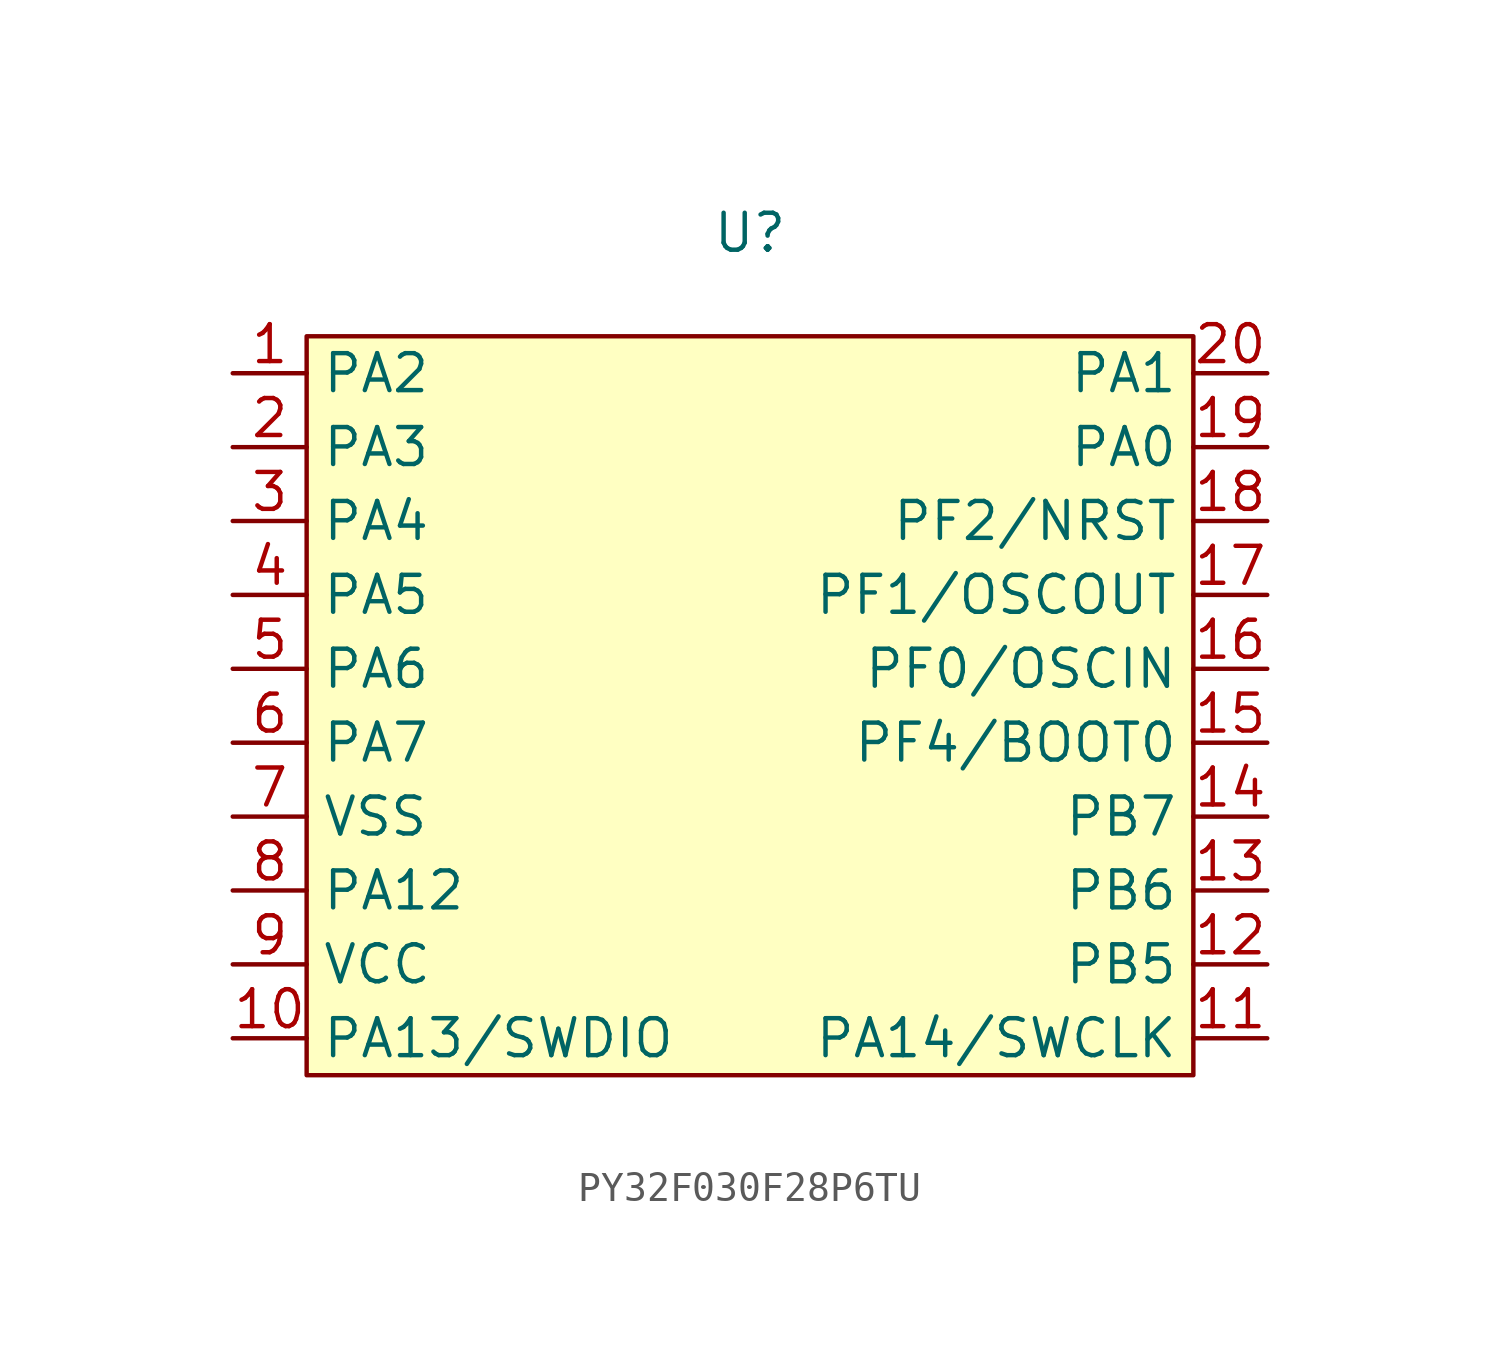
<source format=kicad_sym>
(kicad_symbol_lib
  (version 20231120)
  (generator "kicad_symbol_editor")
  (generator_version "8.0")
  (symbol "PY32F030F28P6TU"
    (property "Reference" "U"
      (at 0 16.256 0)
      (effects (font (size 1.27 1.27))))
    (property "Value" ""
      (at -3.81 -1.27 0)
      (effects (font (size 1.27 1.27))))
    (symbol "PY32F030F28P6TU_1_1"
      (rectangle (start -15.24 12.7) (end 15.24 -12.7) (stroke (width 0) (type default)) (fill (type background)))
      (pin bidirectional line (at -17.78 11.43 0) (length 2.54) (name "PA2" (effects (font (size 1.27 1.27)))) (number "1" (effects (font (size 1.27 1.27)))))
      (pin bidirectional line (at -17.78 -11.43 0) (length 2.54) (name "PA13/SWDIO" (effects (font (size 1.27 1.27)))) (number "10" (effects (font (size 1.27 1.27)))))
      (pin bidirectional line (at 17.78 -11.43 180) (length 2.54) (name "PA14/SWCLK" (effects (font (size 1.27 1.27)))) (number "11" (effects (font (size 1.27 1.27)))))
      (pin bidirectional line (at 17.78 -8.89 180) (length 2.54) (name "PB5" (effects (font (size 1.27 1.27)))) (number "12" (effects (font (size 1.27 1.27)))))
      (pin bidirectional line (at 17.78 -6.35 180) (length 2.54) (name "PB6" (effects (font (size 1.27 1.27)))) (number "13" (effects (font (size 1.27 1.27)))))
      (pin bidirectional line (at 17.78 -3.81 180) (length 2.54) (name "PB7" (effects (font (size 1.27 1.27)))) (number "14" (effects (font (size 1.27 1.27)))))
      (pin bidirectional line (at 17.78 -1.27 180) (length 2.54) (name "PF4/BOOT0" (effects (font (size 1.27 1.27)))) (number "15" (effects (font (size 1.27 1.27)))))
      (pin bidirectional line (at 17.78 1.27 180) (length 2.54) (name "PF0/OSCIN" (effects (font (size 1.27 1.27)))) (number "16" (effects (font (size 1.27 1.27)))))
      (pin bidirectional line (at 17.78 3.81 180) (length 2.54) (name "PF1/OSCOUT" (effects (font (size 1.27 1.27)))) (number "17" (effects (font (size 1.27 1.27)))))
      (pin bidirectional line (at 17.78 6.35 180) (length 2.54) (name "PF2/NRST" (effects (font (size 1.27 1.27)))) (number "18" (effects (font (size 1.27 1.27)))))
      (pin bidirectional line (at 17.78 8.89 180) (length 2.54) (name "PA0" (effects (font (size 1.27 1.27)))) (number "19" (effects (font (size 1.27 1.27)))))
      (pin bidirectional line (at -17.78 8.89 0) (length 2.54) (name "PA3" (effects (font (size 1.27 1.27)))) (number "2" (effects (font (size 1.27 1.27)))))
      (pin bidirectional line (at 17.78 11.43 180) (length 2.54) (name "PA1" (effects (font (size 1.27 1.27)))) (number "20" (effects (font (size 1.27 1.27)))))
      (pin bidirectional line (at -17.78 6.35 0) (length 2.54) (name "PA4" (effects (font (size 1.27 1.27)))) (number "3" (effects (font (size 1.27 1.27)))))
      (pin bidirectional line (at -17.78 3.81 0) (length 2.54) (name "PA5" (effects (font (size 1.27 1.27)))) (number "4" (effects (font (size 1.27 1.27)))))
      (pin bidirectional line (at -17.78 1.27 0) (length 2.54) (name "PA6" (effects (font (size 1.27 1.27)))) (number "5" (effects (font (size 1.27 1.27)))))
      (pin bidirectional line (at -17.78 -1.27 0) (length 2.54) (name "PA7" (effects (font (size 1.27 1.27)))) (number "6" (effects (font (size 1.27 1.27)))))
      (pin bidirectional line (at -17.78 -3.81 0) (length 2.54) (name "VSS" (effects (font (size 1.27 1.27)))) (number "7" (effects (font (size 1.27 1.27)))))
      (pin bidirectional line (at -17.78 -6.35 0) (length 2.54) (name "PA12" (effects (font (size 1.27 1.27)))) (number "8" (effects (font (size 1.27 1.27)))))
      (pin bidirectional line (at -17.78 -8.89 0) (length 2.54) (name "VCC" (effects (font (size 1.27 1.27)))) (number "9" (effects (font (size 1.27 1.27))))))))
</source>
